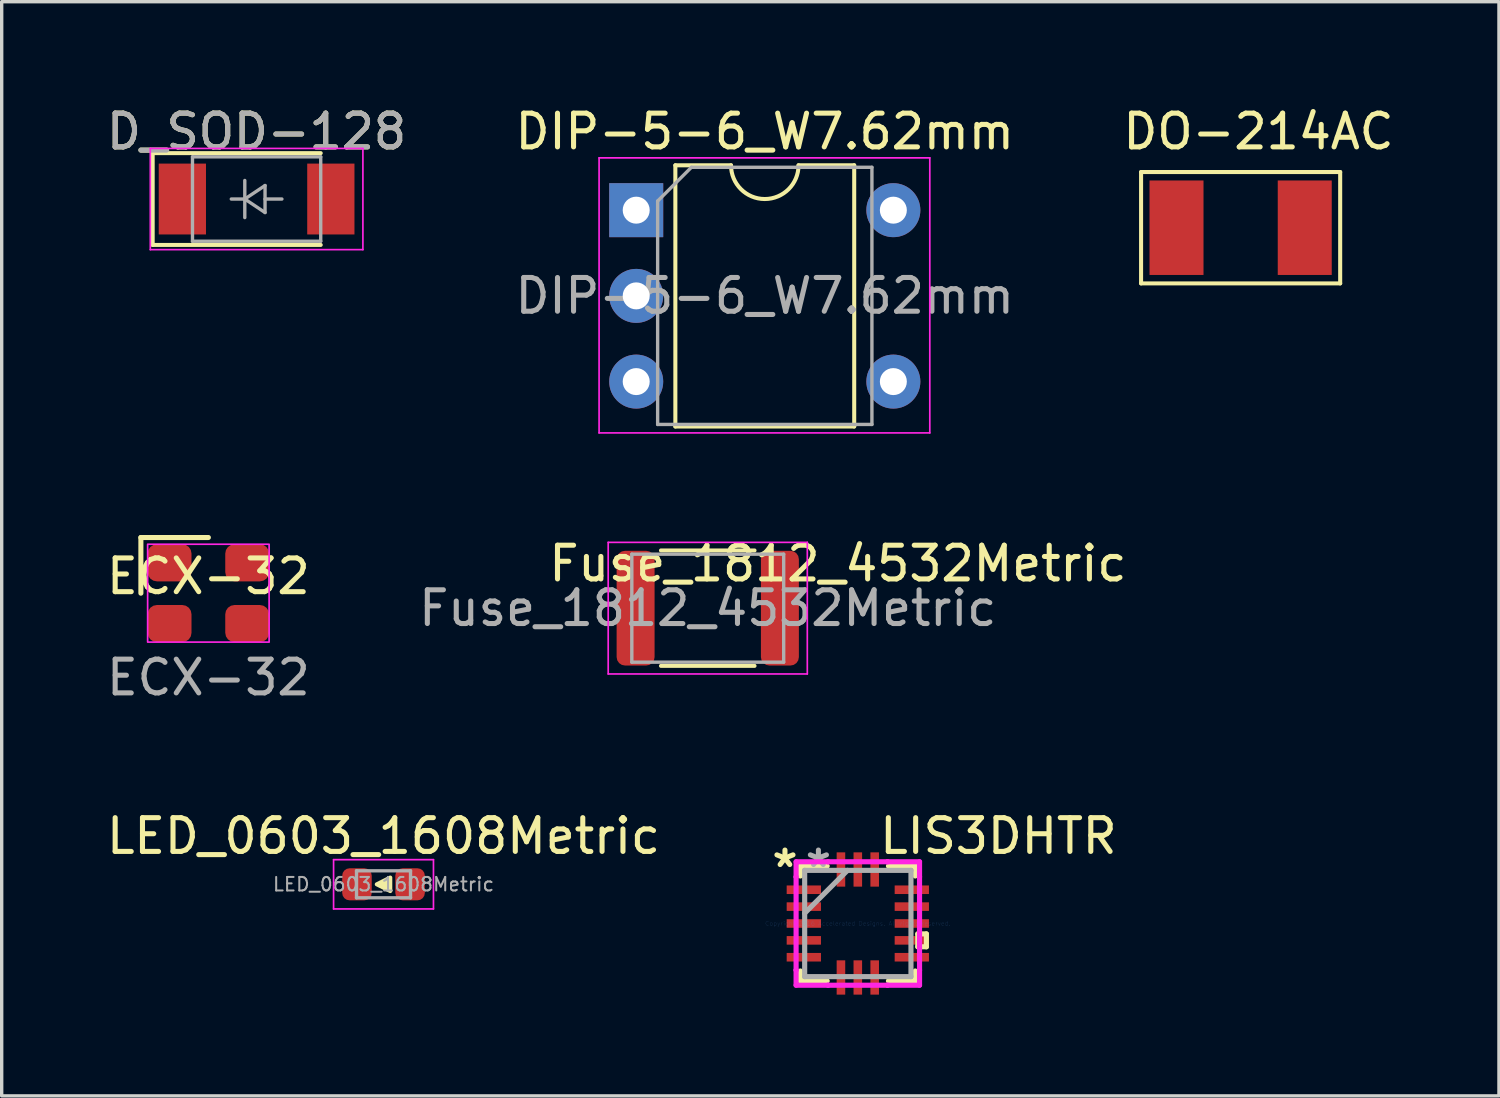
<source format=kicad_pcb>
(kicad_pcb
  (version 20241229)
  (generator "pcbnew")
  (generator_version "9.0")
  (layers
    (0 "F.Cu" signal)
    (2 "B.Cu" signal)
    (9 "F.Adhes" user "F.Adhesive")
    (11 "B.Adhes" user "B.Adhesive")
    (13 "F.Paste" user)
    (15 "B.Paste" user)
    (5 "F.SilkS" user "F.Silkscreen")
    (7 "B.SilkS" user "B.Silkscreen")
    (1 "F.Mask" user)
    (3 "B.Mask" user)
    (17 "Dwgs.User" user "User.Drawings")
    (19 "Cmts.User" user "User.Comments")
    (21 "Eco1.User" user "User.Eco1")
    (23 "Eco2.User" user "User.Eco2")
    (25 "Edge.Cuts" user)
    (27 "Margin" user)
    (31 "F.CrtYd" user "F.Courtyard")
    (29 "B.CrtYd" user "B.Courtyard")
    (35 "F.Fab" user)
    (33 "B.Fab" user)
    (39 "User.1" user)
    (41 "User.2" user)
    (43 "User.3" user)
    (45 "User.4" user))
  (footprint "ECX-32"
    (layer "F.Cu")
    (at 3.125 14.528)
    (property "Reference" "ECX-32" (at 0 -0.5 0) (unlocked yes) (layer "F.SilkS") (effects (font (size 1 1) (thickness 0.15))))
    (attr smd)
    (fp_line (start -2 -1.65) (end -2 0) (stroke (width 0.15) (type solid)) (layer "F.SilkS"))
    (fp_line (start -2 -1.65) (end 0 -1.65) (stroke (width 0.15) (type solid)) (layer "F.SilkS"))
    (fp_rect (start -1.8 -1.45) (end 1.8 1.45) (stroke (width 0.05) (type solid)) (fill no) (layer "F.CrtYd"))
    (fp_text user "${REFERENCE}" (at 0 2.5 0) (unlocked yes) (layer "F.Fab") (effects (font (size 1 1) (thickness 0.15))))
    (pad "1" smd roundrect (at -1.15 -0.9) (size 1.3 1.1) (layers "F.Cu" "F.Mask" "F.Paste") (roundrect_rratio 0.25))
    (pad "2" smd roundrect (at 1.15 -0.9) (size 1.3 1.1) (layers "F.Cu" "F.Mask" "F.Paste") (roundrect_rratio 0.25))
    (pad "3" smd roundrect (at 1.15 0.9) (size 1.3 1.1) (layers "F.Cu" "F.Mask" "F.Paste") (roundrect_rratio 0.25))
    (pad "4" smd roundrect (at -1.15 0.9) (size 1.3 1.1) (layers "F.Cu" "F.Mask" "F.Paste") (roundrect_rratio 0.25)))
  (footprint "D_SOD-128"
    (layer "F.Cu")
    (at 4.554 2.848)
    (property "Reference" "D_SOD-128" (at 0 -2 0) (layer "F.SilkS") (effects (font (size 1 1) (thickness 0.15))))
    (attr smd)
    (fp_line (start -3.08 -1.36) (end -3.08 1.36) (stroke (width 0.12) (type solid)) (layer "F.SilkS"))
    (fp_line (start -3.08 -1.36) (end 1.9 -1.36) (stroke (width 0.12) (type solid)) (layer "F.SilkS"))
    (fp_line (start -3.08 1.36) (end 1.9 1.36) (stroke (width 0.12) (type solid)) (layer "F.SilkS"))
    (fp_line (start -3.15 -1.5) (end -3.15 1.5) (stroke (width 0.05) (type solid)) (layer "F.CrtYd"))
    (fp_line (start -3.15 -1.5) (end 3.15 -1.5) (stroke (width 0.05) (type solid)) (layer "F.CrtYd"))
    (fp_line (start 3.15 -1.5) (end 3.15 1.5) (stroke (width 0.05) (type solid)) (layer "F.CrtYd"))
    (fp_line (start 3.15 1.5) (end -3.15 1.5) (stroke (width 0.05) (type solid)) (layer "F.CrtYd"))
    (fp_line (start -1.9 -1.25) (end 1.9 -1.25) (stroke (width 0.1) (type solid)) (layer "F.Fab"))
    (fp_line (start -1.9 1.25) (end -1.9 -1.25) (stroke (width 0.1) (type solid)) (layer "F.Fab"))
    (fp_line (start -0.75 0) (end -0.35 0) (stroke (width 0.1) (type solid)) (layer "F.Fab"))
    (fp_line (start -0.35 0) (end -0.35 -0.55) (stroke (width 0.1) (type solid)) (layer "F.Fab"))
    (fp_line (start -0.35 0) (end -0.35 0.55) (stroke (width 0.1) (type solid)) (layer "F.Fab"))
    (fp_line (start -0.35 0) (end 0.25 -0.4) (stroke (width 0.1) (type solid)) (layer "F.Fab"))
    (fp_line (start 0.25 -0.4) (end 0.25 0.4) (stroke (width 0.1) (type solid)) (layer "F.Fab"))
    (fp_line (start 0.25 0) (end 0.75 0) (stroke (width 0.1) (type solid)) (layer "F.Fab"))
    (fp_line (start 0.25 0.4) (end -0.35 0) (stroke (width 0.1) (type solid)) (layer "F.Fab"))
    (fp_line (start 1.9 -1.25) (end 1.9 1.25) (stroke (width 0.1) (type solid)) (layer "F.Fab"))
    (fp_line (start 1.9 1.25) (end -1.9 1.25) (stroke (width 0.1) (type solid)) (layer "F.Fab"))
    (fp_text user "${REFERENCE}" (at 0 -2 0) (layer "F.Fab") (effects (font (size 1 1) (thickness 0.15))))
    (pad "1" smd rect (at -2.2 0) (size 1.4 2.1) (layers "F.Cu" "F.Mask" "F.Paste"))
    (pad "2" smd rect (at 2.2 0) (size 1.4 2.1) (layers "F.Cu" "F.Mask" "F.Paste")))
  (footprint "DO-214AC"
    (layer "F.Cu")
    (at 33.714 3.698)
    (property "Reference" "DO-214AC" (at 0.53 -2.85 0) (layer "F.SilkS") (effects (font (size 1 1) (thickness 0.15))))
    (attr smd)
    (fp_line (start -2.95 -1.65) (end 2.95 -1.65) (stroke (width 0.12) (type solid)) (layer "F.SilkS"))
    (fp_line (start -2.95 1.65) (end -2.95 -1.65) (stroke (width 0.12) (type solid)) (layer "F.SilkS"))
    (fp_line (start 2.95 -1.65) (end 2.95 1.65) (stroke (width 0.12) (type solid)) (layer "F.SilkS"))
    (fp_line (start 2.95 1.65) (end -2.95 1.65) (stroke (width 0.12) (type solid)) (layer "F.SilkS"))
    (pad "1" smd rect (at -1.9 0) (size 1.6 2.8) (layers "F.Cu" "F.Mask" "F.Paste"))
    (pad "2" smd rect (at 1.9 0) (size 1.6 2.8) (layers "F.Cu" "F.Mask" "F.Paste")))
  (footprint "Fuse_1812_4532Metric"
    (layer "F.Cu")
    (at 17.923 14.972)
    (property "Reference" "Fuse_1812_4532Metric" (at 3.857 -1.321 180) (layer "F.SilkS") (effects (font (size 1 1) (thickness 0.15))))
    (attr smd)
    (fp_line (start -1.386 -1.71) (end 1.386 -1.71) (stroke (width 0.12) (type solid)) (layer "F.SilkS"))
    (fp_line (start -1.386 1.71) (end 1.386 1.71) (stroke (width 0.12) (type solid)) (layer "F.SilkS"))
    (fp_line (start -2.95 -1.95) (end 2.95 -1.95) (stroke (width 0.05) (type solid)) (layer "F.CrtYd"))
    (fp_line (start -2.95 1.95) (end -2.95 -1.95) (stroke (width 0.05) (type solid)) (layer "F.CrtYd"))
    (fp_line (start 2.95 -1.95) (end 2.95 1.95) (stroke (width 0.05) (type solid)) (layer "F.CrtYd"))
    (fp_line (start 2.95 1.95) (end -2.95 1.95) (stroke (width 0.05) (type solid)) (layer "F.CrtYd"))
    (fp_line (start -2.25 -1.6) (end 2.25 -1.6) (stroke (width 0.1) (type solid)) (layer "F.Fab"))
    (fp_line (start -2.25 1.6) (end -2.25 -1.6) (stroke (width 0.1) (type solid)) (layer "F.Fab"))
    (fp_line (start 2.25 -1.6) (end 2.25 1.6) (stroke (width 0.1) (type solid)) (layer "F.Fab"))
    (fp_line (start 2.25 1.6) (end -2.25 1.6) (stroke (width 0.1) (type solid)) (layer "F.Fab"))
    (fp_text user "${REFERENCE}" (at 0 0 180) (layer "F.Fab") (effects (font (size 1 1) (thickness 0.15))))
    (pad "1" smd roundrect (at -2.138 0) (size 1.125 3.4) (layers "F.Cu" "F.Mask" "F.Paste") (roundrect_rratio 0.222))
    (pad "2" smd roundrect (at 2.138 0) (size 1.125 3.4) (layers "F.Cu" "F.Mask" "F.Paste") (roundrect_rratio 0.222)))
  (footprint "LED_0603_1608Metric"
    (layer "F.Cu")
    (at 8.315 23.155)
    (property "Reference" "LED_0603_1608Metric" (at 0 -1.43 0) (layer "F.SilkS") (effects (font (size 1 1) (thickness 0.15))))
    (attr smd)
    (fp_poly (pts (xy 0.2 0.2) (xy -0.2 0) (xy 0.2 -0.2)) (stroke (width 0.12) (type solid)) (fill yes) (layer "F.SilkS"))
    (fp_line (start -1.48 -0.73) (end 1.48 -0.73) (stroke (width 0.05) (type solid)) (layer "F.CrtYd"))
    (fp_line (start -1.48 0.73) (end -1.48 -0.73) (stroke (width 0.05) (type solid)) (layer "F.CrtYd"))
    (fp_line (start 1.48 -0.73) (end 1.48 0.73) (stroke (width 0.05) (type solid)) (layer "F.CrtYd"))
    (fp_line (start 1.48 0.73) (end -1.48 0.73) (stroke (width 0.05) (type solid)) (layer "F.CrtYd"))
    (fp_line (start -0.8 -0.4) (end 0.8 -0.4) (stroke (width 0.1) (type solid)) (layer "F.Fab"))
    (fp_line (start -0.8 0.4) (end -0.8 -0.4) (stroke (width 0.1) (type solid)) (layer "F.Fab"))
    (fp_line (start 0.8 -0.4) (end 0.8 0.4) (stroke (width 0.1) (type solid)) (layer "F.Fab"))
    (fp_line (start 0.8 0.4) (end -0.8 0.4) (stroke (width 0.1) (type solid)) (layer "F.Fab"))
    (fp_text user "${REFERENCE}" (at 0 0 0) (layer "F.Fab") (effects (font (size 0.4 0.4) (thickness 0.06))))
    (pad "1" smd roundrect (at -0.787 0) (size 0.875 0.95) (layers "F.Cu" "F.Mask" "F.Paste") (roundrect_rratio 0.25))
    (pad "2" smd roundrect (at 0.787 0) (size 0.875 0.95) (layers "F.Cu" "F.Mask" "F.Paste") (roundrect_rratio 0.25)))
  (footprint "DIP-5-6_W7.62mm"
    (layer "F.Cu")
    (at 15.803 3.178)
    (property "Reference" "DIP-5-6_W7.62mm" (at 3.81 -2.33 0) (layer "F.SilkS") (effects (font (size 1 1) (thickness 0.15))))
    (attr through_hole)
    (fp_line (start 1.16 -1.33) (end 1.16 6.41) (stroke (width 0.12) (type solid)) (layer "F.SilkS"))
    (fp_line (start 1.16 6.41) (end 6.46 6.41) (stroke (width 0.12) (type solid)) (layer "F.SilkS"))
    (fp_line (start 2.81 -1.33) (end 1.16 -1.33) (stroke (width 0.12) (type solid)) (layer "F.SilkS"))
    (fp_line (start 6.46 -1.33) (end 4.81 -1.33) (stroke (width 0.12) (type solid)) (layer "F.SilkS"))
    (fp_line (start 6.46 6.41) (end 6.46 -1.33) (stroke (width 0.12) (type solid)) (layer "F.SilkS"))
    (fp_arc (start 4.81 -1.33) (mid 3.81 -0.33) (end 2.81 -1.33) (stroke (width 0.12) (type solid)) (layer "F.SilkS"))
    (fp_line (start -1.1 -1.55) (end -1.1 6.6) (stroke (width 0.05) (type solid)) (layer "F.CrtYd"))
    (fp_line (start -1.1 6.6) (end 8.7 6.6) (stroke (width 0.05) (type solid)) (layer "F.CrtYd"))
    (fp_line (start 8.7 -1.55) (end -1.1 -1.55) (stroke (width 0.05) (type solid)) (layer "F.CrtYd"))
    (fp_line (start 8.7 6.6) (end 8.7 -1.55) (stroke (width 0.05) (type solid)) (layer "F.CrtYd"))
    (fp_line (start 0.635 -0.27) (end 1.635 -1.27) (stroke (width 0.1) (type solid)) (layer "F.Fab"))
    (fp_line (start 0.635 6.35) (end 0.635 -0.27) (stroke (width 0.1) (type solid)) (layer "F.Fab"))
    (fp_line (start 1.635 -1.27) (end 6.985 -1.27) (stroke (width 0.1) (type solid)) (layer "F.Fab"))
    (fp_line (start 6.985 -1.27) (end 6.985 6.35) (stroke (width 0.1) (type solid)) (layer "F.Fab"))
    (fp_line (start 6.985 6.35) (end 0.635 6.35) (stroke (width 0.1) (type solid)) (layer "F.Fab"))
    (fp_text user "${REFERENCE}" (at 3.81 2.54 0) (layer "F.Fab") (effects (font (size 1 1) (thickness 0.15))))
    (pad "1" thru_hole rect (at 0 0) (size 1.6 1.6) (drill 0.8) (layers "*.Cu" "*.Mask"))
    (pad "2" thru_hole oval (at 0 2.54) (size 1.6 1.6) (drill 0.8) (layers "*.Cu" "*.Mask"))
    (pad "3" thru_hole oval (at 0 5.08) (size 1.6 1.6) (drill 0.8) (layers "*.Cu" "*.Mask"))
    (pad "4" thru_hole oval (at 7.62 5.08) (size 1.6 1.6) (drill 0.8) (layers "*.Cu" "*.Mask"))
    (pad "6" thru_hole oval (at 7.62 0) (size 1.6 1.6) (drill 0.8) (layers "*.Cu" "*.Mask")))
  (footprint "LIS3DHTR"
    (layer "F.Cu")
    (at 22.37 24.316)
    (property "Reference" "LIS3DHTR" (at 4.166 -2.591 0) (layer "F.SilkS") (effects (font (size 1 1) (thickness 0.15))))
    (attr through_hole)
    (fp_line (start -1.702 -1.702) (end -1.702 -1.408) (stroke (width 0.152) (type solid)) (layer "F.SilkS"))
    (fp_line (start -1.702 1.408) (end -1.702 1.702) (stroke (width 0.152) (type solid)) (layer "F.SilkS"))
    (fp_line (start -1.702 1.702) (end -0.908 1.702) (stroke (width 0.152) (type solid)) (layer "F.SilkS"))
    (fp_line (start -0.908 -1.702) (end -1.702 -1.702) (stroke (width 0.152) (type solid)) (layer "F.SilkS"))
    (fp_line (start 0.908 1.702) (end 1.702 1.702) (stroke (width 0.152) (type solid)) (layer "F.SilkS"))
    (fp_line (start 1.702 -1.702) (end 0.908 -1.702) (stroke (width 0.152) (type solid)) (layer "F.SilkS"))
    (fp_line (start 1.702 -1.408) (end 1.702 -1.702) (stroke (width 0.152) (type solid)) (layer "F.SilkS"))
    (fp_line (start 1.702 1.702) (end 1.702 1.408) (stroke (width 0.152) (type solid)) (layer "F.SilkS"))
    (fp_line (start 1.778 0.309) (end 2.032 0.309) (stroke (width 0.152) (type solid)) (layer "F.SilkS"))
    (fp_line (start 1.778 0.69) (end 1.778 0.309) (stroke (width 0.152) (type solid)) (layer "F.SilkS"))
    (fp_line (start 2.032 0.309) (end 2.032 0.69) (stroke (width 0.152) (type solid)) (layer "F.SilkS"))
    (fp_line (start 2.032 0.69) (end 1.778 0.69) (stroke (width 0.152) (type solid)) (layer "F.SilkS"))
    (fp_line (start -1.829 -1.829) (end -0.881 -1.829) (stroke (width 0.152) (type solid)) (layer "F.CrtYd"))
    (fp_line (start -1.829 -1.381) (end -1.829 -1.829) (stroke (width 0.152) (type solid)) (layer "F.CrtYd"))
    (fp_line (start -1.829 -1.381) (end -1.829 -1.381) (stroke (width 0.152) (type solid)) (layer "F.CrtYd"))
    (fp_line (start -1.829 1.381) (end -1.829 -1.381) (stroke (width 0.152) (type solid)) (layer "F.CrtYd"))
    (fp_line (start -1.829 1.381) (end -1.829 1.381) (stroke (width 0.152) (type solid)) (layer "F.CrtYd"))
    (fp_line (start -1.829 1.829) (end -1.829 1.381) (stroke (width 0.152) (type solid)) (layer "F.CrtYd"))
    (fp_line (start -0.881 -1.829) (end -0.881 -1.829) (stroke (width 0.152) (type solid)) (layer "F.CrtYd"))
    (fp_line (start -0.881 -1.829) (end 0.881 -1.829) (stroke (width 0.152) (type solid)) (layer "F.CrtYd"))
    (fp_line (start -0.881 1.829) (end -1.829 1.829) (stroke (width 0.152) (type solid)) (layer "F.CrtYd"))
    (fp_line (start -0.881 1.829) (end -0.881 1.829) (stroke (width 0.152) (type solid)) (layer "F.CrtYd"))
    (fp_line (start 0.881 -1.829) (end 0.881 -1.829) (stroke (width 0.152) (type solid)) (layer "F.CrtYd"))
    (fp_line (start 0.881 -1.829) (end 1.829 -1.829) (stroke (width 0.152) (type solid)) (layer "F.CrtYd"))
    (fp_line (start 0.881 1.829) (end -0.881 1.829) (stroke (width 0.152) (type solid)) (layer "F.CrtYd"))
    (fp_line (start 0.881 1.829) (end 0.881 1.829) (stroke (width 0.152) (type solid)) (layer "F.CrtYd"))
    (fp_line (start 1.829 -1.829) (end 1.829 -1.381) (stroke (width 0.152) (type solid)) (layer "F.CrtYd"))
    (fp_line (start 1.829 -1.381) (end 1.829 -1.381) (stroke (width 0.152) (type solid)) (layer "F.CrtYd"))
    (fp_line (start 1.829 -1.381) (end 1.829 1.381) (stroke (width 0.152) (type solid)) (layer "F.CrtYd"))
    (fp_line (start 1.829 1.381) (end 1.829 1.381) (stroke (width 0.152) (type solid)) (layer "F.CrtYd"))
    (fp_line (start 1.829 1.381) (end 1.829 1.829) (stroke (width 0.152) (type solid)) (layer "F.CrtYd"))
    (fp_line (start 1.829 1.829) (end 0.881 1.829) (stroke (width 0.152) (type solid)) (layer "F.CrtYd"))
    (fp_line (start -1.575 -1.575) (end -1.575 1.575) (stroke (width 0.152) (type solid)) (layer "F.Fab"))
    (fp_line (start -1.575 -0.305) (end -0.305 -1.575) (stroke (width 0.152) (type solid)) (layer "F.Fab"))
    (fp_line (start -1.575 1.575) (end 1.575 1.575) (stroke (width 0.152) (type solid)) (layer "F.Fab"))
    (fp_line (start 1.575 -1.575) (end -1.575 -1.575) (stroke (width 0.152) (type solid)) (layer "F.Fab"))
    (fp_line (start 1.575 1.575) (end 1.575 -1.575) (stroke (width 0.152) (type solid)) (layer "F.Fab"))
    (fp_text user "*" (at -2.159 -1.631 0) (layer "F.SilkS") (effects (font (size 1 1) (thickness 0.15))))
    (fp_text user "Copyright 2016 Accelerated Designs. All rights reserved." (at 0 0 0) (layer "Cmts.User") (effects (font (size 0.127 0.127) (thickness 0.002))))
    (fp_text user "*" (at -1.168 -1.631 0) (layer "F.Fab") (effects (font (size 1 1) (thickness 0.15))))
    (pad "1" smd rect (at -1.6 -1 90) (size 0.254 1.016) (layers "F.Cu" "F.Mask" "F.Paste"))
    (pad "2" smd rect (at -1.6 -0.5 90) (size 0.254 1.016) (layers "F.Cu" "F.Mask" "F.Paste"))
    (pad "3" smd rect (at -1.6 0 90) (size 0.254 1.016) (layers "F.Cu" "F.Mask" "F.Paste"))
    (pad "4" smd rect (at -1.6 0.5 90) (size 0.254 1.016) (layers "F.Cu" "F.Mask" "F.Paste"))
    (pad "5" smd rect (at -1.6 1 90) (size 0.254 1.016) (layers "F.Cu" "F.Mask" "F.Paste"))
    (pad "6" smd rect (at -0.5 1.6) (size 0.254 1.016) (layers "F.Cu" "F.Mask" "F.Paste"))
    (pad "7" smd rect (at 0 1.6) (size 0.254 1.016) (layers "F.Cu" "F.Mask" "F.Paste"))
    (pad "8" smd rect (at 0.5 1.6) (size 0.254 1.016) (layers "F.Cu" "F.Mask" "F.Paste"))
    (pad "9" smd rect (at 1.6 1 90) (size 0.254 1.016) (layers "F.Cu" "F.Mask" "F.Paste"))
    (pad "10" smd rect (at 1.6 0.5 90) (size 0.254 1.016) (layers "F.Cu" "F.Mask" "F.Paste"))
    (pad "11" smd rect (at 1.6 0 90) (size 0.254 1.016) (layers "F.Cu" "F.Mask" "F.Paste"))
    (pad "12" smd rect (at 1.6 -0.5 90) (size 0.254 1.016) (layers "F.Cu" "F.Mask" "F.Paste"))
    (pad "13" smd rect (at 1.6 -1 90) (size 0.254 1.016) (layers "F.Cu" "F.Mask" "F.Paste"))
    (pad "14" smd rect (at 0.5 -1.6) (size 0.254 1.016) (layers "F.Cu" "F.Mask" "F.Paste"))
    (pad "15" smd rect (at 0 -1.6) (size 0.254 1.016) (layers "F.Cu" "F.Mask" "F.Paste"))
    (pad "16" smd rect (at -0.5 -1.6) (size 0.254 1.016) (layers "F.Cu" "F.Mask" "F.Paste")))
  (gr_rect
    (start -3 -3)
    (end 41.369 29.424)
    (stroke (width 0.1) (type default))
    (fill no)
    (layer "Edge.Cuts")))
</source>
